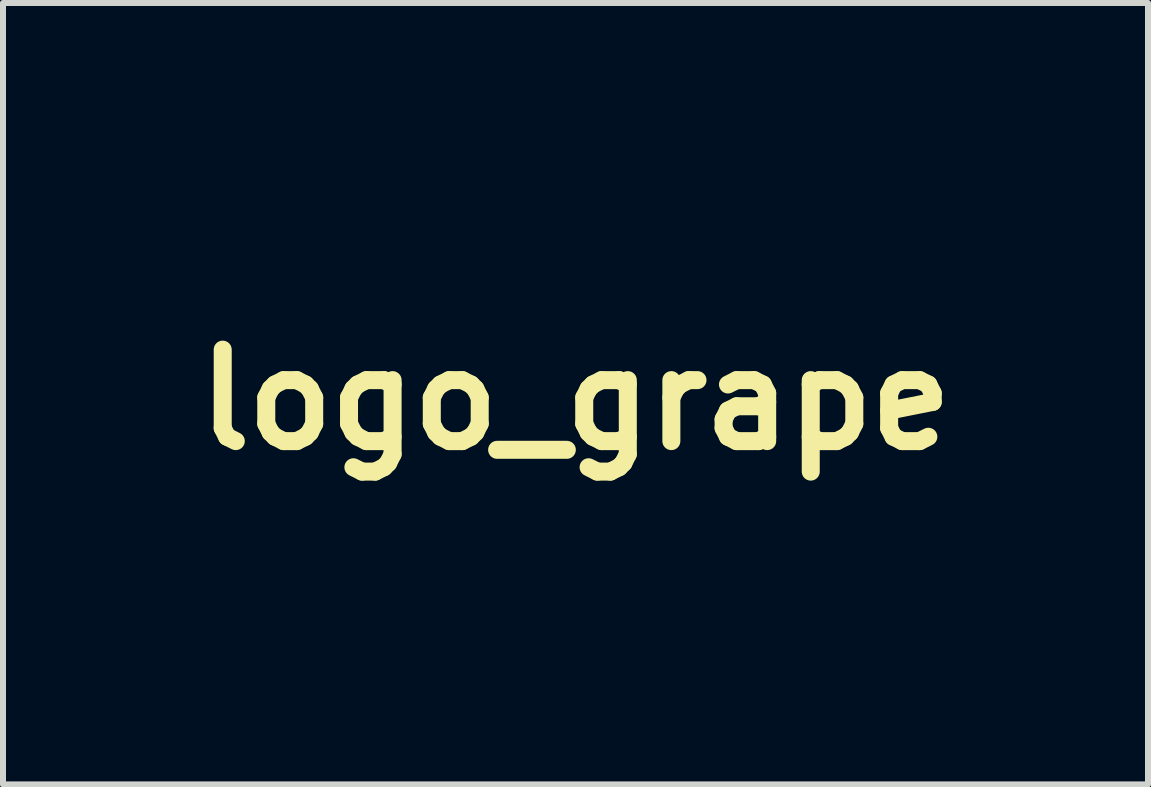
<source format=kicad_pcb>
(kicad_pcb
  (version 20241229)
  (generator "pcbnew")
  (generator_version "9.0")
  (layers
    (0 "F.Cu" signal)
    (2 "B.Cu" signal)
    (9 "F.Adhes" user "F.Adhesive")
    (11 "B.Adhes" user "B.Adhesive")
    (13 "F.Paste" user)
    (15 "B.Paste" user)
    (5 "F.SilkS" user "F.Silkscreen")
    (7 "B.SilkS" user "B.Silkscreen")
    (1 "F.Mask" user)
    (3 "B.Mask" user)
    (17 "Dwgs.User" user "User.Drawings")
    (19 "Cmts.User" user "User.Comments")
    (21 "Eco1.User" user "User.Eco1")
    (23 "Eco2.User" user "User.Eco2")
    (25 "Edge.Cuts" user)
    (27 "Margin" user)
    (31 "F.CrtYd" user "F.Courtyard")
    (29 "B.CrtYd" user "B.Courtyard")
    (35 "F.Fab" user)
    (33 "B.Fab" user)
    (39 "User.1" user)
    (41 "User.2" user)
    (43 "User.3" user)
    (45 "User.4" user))
  (footprint "logo_grape"
    (layer "F.Cu")
    (at 6.539 3.61)
    (property "Reference" "logo_grape" (at 0 0 0) (layer "F.SilkS") (effects (font (size 1.524 1.524) (thickness 0.3))))
    (attr through_hole)
    (fp_poly (pts (xy 4.801 3.124) (xy 4.521 3.124) (xy 4.521 2.845) (xy 4.801 2.845) (xy 4.801 3.124)) (stroke (width 0.01) (type solid)) (fill yes) (layer "F.Mask"))
    (fp_poly (pts (xy 1.041 2.267) (xy 1.04 2.348) (xy 1.031 2.391) (xy 1.006 2.411) (xy 0.958 2.423) (xy 0.957 2.423) (xy 0.878 2.454) (xy 0.811 2.504) (xy 0.783 2.538) (xy 0.765 2.576) (xy 0.753 2.63) (xy 0.746 2.712) (xy 0.741 2.832) (xy 0.741 2.847) (xy 0.732 3.124) (xy 0.457 3.124) (xy 0.457 2.159) (xy 0.597 2.159) (xy 0.677 2.16) (xy 0.718 2.169) (xy 0.734 2.191) (xy 0.737 2.234) (xy 0.737 2.236) (xy 0.737 2.312) (xy 0.806 2.236) (xy 0.873 2.181) (xy 0.947 2.146) (xy 0.959 2.143) (xy 1.041 2.127) (xy 1.041 2.267)) (stroke (width 0.01) (type solid)) (fill yes) (layer "F.Mask"))
    (fp_poly (pts (xy -1.745 -3.601) (xy -1.669 -3.55) (xy -1.6 -3.474) (xy -1.435 -3.234) (xy -1.308 -2.979) (xy -1.219 -2.715) (xy -1.169 -2.449) (xy -1.16 -2.187) (xy -1.191 -1.935) (xy -1.264 -1.699) (xy -1.336 -1.556) (xy -1.43 -1.415) (xy -1.519 -1.321) (xy -1.602 -1.274) (xy -1.677 -1.275) (xy -1.736 -1.316) (xy -1.773 -1.381) (xy -1.767 -1.454) (xy -1.717 -1.542) (xy -1.699 -1.565) (xy -1.57 -1.766) (xy -1.486 -1.989) (xy -1.449 -2.225) (xy -1.448 -2.283) (xy -1.466 -2.461) (xy -1.515 -2.66) (xy -1.591 -2.865) (xy -1.689 -3.062) (xy -1.802 -3.239) (xy -1.827 -3.271) (xy -1.898 -3.376) (xy -1.927 -3.461) (xy -1.914 -3.528) (xy -1.884 -3.565) (xy -1.815 -3.605) (xy -1.745 -3.601)) (stroke (width 0.01) (type solid)) (fill yes) (layer "F.Mask"))
    (fp_poly (pts (xy 0.193 -3.22) (xy 0.29 -3.205) (xy 0.405 -3.184) (xy 0.527 -3.158) (xy 0.645 -3.13) (xy 0.747 -3.103) (xy 0.822 -3.08) (xy 0.857 -3.063) (xy 0.858 -3.032) (xy 0.846 -2.963) (xy 0.823 -2.866) (xy 0.792 -2.752) (xy 0.757 -2.629) (xy 0.72 -2.509) (xy 0.685 -2.402) (xy 0.652 -2.317) (xy 0.639 -2.287) (xy 0.527 -2.111) (xy 0.375 -1.953) (xy 0.194 -1.821) (xy -0.008 -1.724) (xy -0.115 -1.69) (xy -0.256 -1.662) (xy -0.398 -1.655) (xy -0.554 -1.668) (xy -0.736 -1.704) (xy -0.837 -1.729) (xy -0.952 -1.76) (xy -1.047 -1.787) (xy -1.114 -1.807) (xy -1.141 -1.818) (xy -1.142 -1.849) (xy -1.13 -1.918) (xy -1.107 -2.015) (xy -1.077 -2.128) (xy -1.043 -2.249) (xy -1.006 -2.366) (xy -0.971 -2.47) (xy -0.939 -2.549) (xy -0.936 -2.558) (xy -0.817 -2.755) (xy -0.66 -2.923) (xy -0.473 -3.059) (xy -0.264 -3.157) (xy -0.038 -3.214) (xy 0.127 -3.226) (xy 0.193 -3.22)) (stroke (width 0.01) (type solid)) (fill yes) (layer "F.Mask"))
    (fp_poly (pts (xy 2.962 2.172) (xy 3.074 2.242) (xy 3.164 2.347) (xy 3.174 2.364) (xy 3.225 2.503) (xy 3.239 2.66) (xy 3.217 2.815) (xy 3.174 2.921) (xy 3.09 3.028) (xy 2.982 3.102) (xy 2.859 3.139) (xy 2.733 3.138) (xy 2.615 3.094) (xy 2.588 3.075) (xy 2.515 3.021) (xy 2.515 3.404) (xy 2.235 3.404) (xy 2.235 2.676) (xy 2.509 2.676) (xy 2.536 2.766) (xy 2.585 2.843) (xy 2.652 2.898) (xy 2.733 2.922) (xy 2.824 2.905) (xy 2.846 2.895) (xy 2.904 2.84) (xy 2.949 2.755) (xy 2.971 2.66) (xy 2.972 2.642) (xy 2.953 2.529) (xy 2.903 2.441) (xy 2.831 2.385) (xy 2.744 2.364) (xy 2.653 2.385) (xy 2.608 2.414) (xy 2.541 2.491) (xy 2.51 2.582) (xy 2.509 2.676) (xy 2.235 2.676) (xy 2.235 2.159) (xy 2.375 2.159) (xy 2.455 2.161) (xy 2.497 2.17) (xy 2.513 2.192) (xy 2.515 2.212) (xy 2.517 2.244) (xy 2.531 2.249) (xy 2.57 2.224) (xy 2.593 2.208) (xy 2.711 2.153) (xy 2.837 2.142) (xy 2.962 2.172)) (stroke (width 0.01) (type solid)) (fill yes) (layer "F.Mask"))
    (fp_poly (pts (xy 4.011 2.166) (xy 4.13 2.233) (xy 4.222 2.334) (xy 4.282 2.466) (xy 4.302 2.603) (xy 4.305 2.731) (xy 3.981 2.738) (xy 3.86 2.742) (xy 3.759 2.749) (xy 3.689 2.757) (xy 3.658 2.767) (xy 3.658 2.768) (xy 3.673 2.801) (xy 3.71 2.852) (xy 3.716 2.86) (xy 3.772 2.908) (xy 3.841 2.926) (xy 3.881 2.928) (xy 3.966 2.917) (xy 4.04 2.892) (xy 4.051 2.885) (xy 4.097 2.859) (xy 4.133 2.861) (xy 4.18 2.892) (xy 4.191 2.901) (xy 4.239 2.943) (xy 4.265 2.973) (xy 4.266 2.976) (xy 4.246 3.006) (xy 4.193 3.045) (xy 4.121 3.085) (xy 4.043 3.116) (xy 4.026 3.121) (xy 3.904 3.145) (xy 3.797 3.14) (xy 3.7 3.113) (xy 3.572 3.044) (xy 3.477 2.945) (xy 3.415 2.827) (xy 3.385 2.696) (xy 3.387 2.561) (xy 3.398 2.519) (xy 3.658 2.519) (xy 3.663 2.542) (xy 3.686 2.556) (xy 3.737 2.563) (xy 3.826 2.565) (xy 3.859 2.565) (xy 4.061 2.565) (xy 4.035 2.488) (xy 3.992 2.421) (xy 3.926 2.371) (xy 3.855 2.349) (xy 3.818 2.353) (xy 3.751 2.391) (xy 3.693 2.446) (xy 3.66 2.502) (xy 3.658 2.519) (xy 3.398 2.519) (xy 3.421 2.432) (xy 3.487 2.316) (xy 3.585 2.223) (xy 3.714 2.161) (xy 3.724 2.158) (xy 3.874 2.139) (xy 4.011 2.166)) (stroke (width 0.01) (type solid)) (fill yes) (layer "F.Mask"))
    (fp_poly (pts (xy 1.653 2.175) (xy 1.728 2.183) (xy 1.782 2.2) (xy 1.821 2.224) (xy 1.881 2.277) (xy 1.925 2.337) (xy 1.954 2.414) (xy 1.971 2.517) (xy 1.98 2.655) (xy 1.981 2.788) (xy 1.981 3.124) (xy 1.854 3.124) (xy 1.776 3.121) (xy 1.737 3.107) (xy 1.727 3.083) (xy 1.723 3.057) (xy 1.701 3.061) (xy 1.663 3.085) (xy 1.569 3.123) (xy 1.453 3.14) (xy 1.339 3.132) (xy 1.278 3.114) (xy 1.193 3.051) (xy 1.14 2.963) (xy 1.12 2.861) (xy 1.124 2.823) (xy 1.376 2.823) (xy 1.389 2.892) (xy 1.437 2.939) (xy 1.507 2.961) (xy 1.587 2.955) (xy 1.665 2.917) (xy 1.682 2.903) (xy 1.719 2.84) (xy 1.722 2.795) (xy 1.694 2.739) (xy 1.637 2.707) (xy 1.563 2.698) (xy 1.486 2.711) (xy 1.421 2.746) (xy 1.382 2.8) (xy 1.376 2.823) (xy 1.124 2.823) (xy 1.131 2.758) (xy 1.175 2.667) (xy 1.251 2.6) (xy 1.275 2.588) (xy 1.351 2.569) (xy 1.457 2.558) (xy 1.543 2.556) (xy 1.648 2.555) (xy 1.707 2.544) (xy 1.726 2.52) (xy 1.711 2.479) (xy 1.691 2.45) (xy 1.655 2.418) (xy 1.595 2.403) (xy 1.52 2.4) (xy 1.428 2.404) (xy 1.347 2.413) (xy 1.317 2.419) (xy 1.274 2.427) (xy 1.249 2.41) (xy 1.23 2.357) (xy 1.225 2.335) (xy 1.21 2.269) (xy 1.216 2.234) (xy 1.247 2.212) (xy 1.266 2.204) (xy 1.323 2.191) (xy 1.414 2.18) (xy 1.52 2.174) (xy 1.541 2.174) (xy 1.653 2.175)) (stroke (width 0.01) (type solid)) (fill yes) (layer "F.Mask"))
    (fp_poly (pts (xy -0.271 2.147) (xy -0.147 2.197) (xy -0.129 2.208) (xy -0.078 2.243) (xy -0.056 2.249) (xy -0.051 2.227) (xy -0.051 2.212) (xy -0.045 2.181) (xy -0.02 2.165) (xy 0.036 2.16) (xy 0.089 2.159) (xy 0.229 2.159) (xy 0.227 2.546) (xy 0.225 2.755) (xy 0.216 2.919) (xy 0.2 3.047) (xy 0.174 3.145) (xy 0.137 3.219) (xy 0.087 3.277) (xy 0.021 3.325) (xy 0.005 3.335) (xy -0.081 3.367) (xy -0.2 3.387) (xy -0.334 3.393) (xy -0.465 3.385) (xy -0.547 3.37) (xy -0.644 3.343) (xy -0.7 3.32) (xy -0.72 3.293) (xy -0.712 3.254) (xy -0.695 3.218) (xy -0.666 3.163) (xy -0.649 3.132) (xy -0.648 3.13) (xy -0.623 3.132) (xy -0.562 3.145) (xy -0.487 3.163) (xy -0.341 3.185) (xy -0.22 3.174) (xy -0.127 3.13) (xy -0.069 3.057) (xy -0.051 2.964) (xy -0.053 2.916) (xy -0.068 2.911) (xy -0.094 2.935) (xy -0.173 2.99) (xy -0.274 3.031) (xy -0.371 3.048) (xy -0.372 3.048) (xy -0.475 3.028) (xy -0.583 2.975) (xy -0.675 2.901) (xy -0.717 2.849) (xy -0.753 2.776) (xy -0.77 2.692) (xy -0.775 2.591) (xy -0.508 2.591) (xy -0.487 2.695) (xy -0.433 2.771) (xy -0.354 2.813) (xy -0.261 2.817) (xy -0.164 2.779) (xy -0.129 2.754) (xy -0.067 2.675) (xy -0.048 2.586) (xy -0.066 2.5) (xy -0.118 2.426) (xy -0.198 2.377) (xy -0.284 2.362) (xy -0.39 2.383) (xy -0.464 2.443) (xy -0.503 2.536) (xy -0.508 2.591) (xy -0.775 2.591) (xy -0.759 2.438) (xy -0.71 2.32) (xy -0.623 2.231) (xy -0.543 2.183) (xy -0.407 2.142) (xy -0.271 2.147)) (stroke (width 0.01) (type solid)) (fill yes) (layer "F.Mask"))
    (fp_poly (pts (xy -1.232 0.983) (xy -1.081 1.045) (xy -0.946 1.139) (xy -0.835 1.261) (xy -0.754 1.41) (xy -0.709 1.584) (xy -0.702 1.689) (xy -0.724 1.887) (xy -0.791 2.061) (xy -0.903 2.212) (xy -1.06 2.338) (xy -1.089 2.356) (xy -1.168 2.395) (xy -1.256 2.418) (xy -1.371 2.431) (xy -1.401 2.433) (xy -1.507 2.438) (xy -1.584 2.433) (xy -1.651 2.415) (xy -1.731 2.381) (xy -1.762 2.365) (xy -1.845 2.326) (xy -1.91 2.298) (xy -1.943 2.286) (xy -1.944 2.286) (xy -1.975 2.299) (xy -2.032 2.331) (xy -2.071 2.354) (xy -2.179 2.422) (xy -2.166 2.566) (xy -2.172 2.754) (xy -2.224 2.932) (xy -2.315 3.091) (xy -2.443 3.222) (xy -2.542 3.288) (xy -2.673 3.34) (xy -2.827 3.369) (xy -2.983 3.374) (xy -3.122 3.354) (xy -3.157 3.343) (xy -3.332 3.253) (xy -3.471 3.129) (xy -3.571 2.974) (xy -3.63 2.793) (xy -3.641 2.671) (xy -3.289 2.671) (xy -3.258 2.787) (xy -3.193 2.886) (xy -3.103 2.963) (xy -2.995 3.012) (xy -2.879 3.024) (xy -2.761 2.993) (xy -2.748 2.987) (xy -2.635 2.904) (xy -2.561 2.799) (xy -2.528 2.682) (xy -2.534 2.563) (xy -2.581 2.45) (xy -2.667 2.353) (xy -2.759 2.296) (xy -2.88 2.264) (xy -3.003 2.276) (xy -3.117 2.327) (xy -3.21 2.411) (xy -3.272 2.524) (xy -3.279 2.547) (xy -3.289 2.671) (xy -3.641 2.671) (xy -3.645 2.629) (xy -3.622 2.437) (xy -3.556 2.267) (xy -3.451 2.123) (xy -3.314 2.01) (xy -3.148 1.934) (xy -2.958 1.899) (xy -2.904 1.897) (xy -2.786 1.902) (xy -2.694 1.919) (xy -2.603 1.956) (xy -2.588 1.963) (xy -2.454 2.029) (xy -2.186 1.867) (xy -2.185 1.725) (xy -2.183 1.702) (xy -1.826 1.702) (xy -1.803 1.821) (xy -1.771 1.882) (xy -1.671 1.994) (xy -1.554 2.061) (xy -1.426 2.08) (xy -1.291 2.05) (xy -1.286 2.048) (xy -1.178 1.978) (xy -1.104 1.88) (xy -1.066 1.764) (xy -1.067 1.641) (xy -1.108 1.521) (xy -1.183 1.42) (xy -1.244 1.369) (xy -1.306 1.342) (xy -1.391 1.328) (xy -1.416 1.327) (xy -1.51 1.324) (xy -1.576 1.336) (xy -1.637 1.368) (xy -1.648 1.376) (xy -1.746 1.469) (xy -1.806 1.581) (xy -1.826 1.702) (xy -2.183 1.702) (xy -2.164 1.529) (xy -2.103 1.354) (xy -2.018 1.224) (xy -1.878 1.095) (xy -1.724 1.009) (xy -1.56 0.963) (xy -1.394 0.955) (xy -1.232 0.983)) (stroke (width 0.01) (type solid)) (fill yes) (layer "F.Mask"))
    (fp_poly (pts (xy -3.883 -1.068) (xy -3.728 -0.987) (xy -3.593 -0.872) (xy -3.486 -0.729) (xy -3.415 -0.565) (xy -3.401 -0.506) (xy -3.371 -0.355) (xy -2.793 -0.173) (xy -2.689 -0.267) (xy -2.54 -0.378) (xy -2.384 -0.443) (xy -2.208 -0.468) (xy -2.172 -0.469) (xy -1.978 -0.445) (xy -1.805 -0.378) (xy -1.659 -0.272) (xy -1.544 -0.132) (xy -1.465 0.037) (xy -1.431 0.2) (xy -1.433 0.382) (xy -1.478 0.546) (xy -1.57 0.699) (xy -1.652 0.791) (xy -1.8 0.913) (xy -1.958 0.986) (xy -2.134 1.015) (xy -2.172 1.016) (xy -2.353 0.992) (xy -2.522 0.924) (xy -2.67 0.818) (xy -2.79 0.682) (xy -2.875 0.521) (xy -2.91 0.387) (xy -2.926 0.289) (xy -3.079 0.242) (xy -2.555 0.242) (xy -2.545 0.357) (xy -2.488 0.476) (xy -2.482 0.486) (xy -2.388 0.585) (xy -2.271 0.642) (xy -2.142 0.655) (xy -2.024 0.626) (xy -1.921 0.559) (xy -1.84 0.46) (xy -1.793 0.348) (xy -1.792 0.342) (xy -1.795 0.232) (xy -1.838 0.119) (xy -1.912 0.019) (xy -1.994 -0.044) (xy -2.126 -0.094) (xy -2.254 -0.097) (xy -2.37 -0.055) (xy -2.465 0.028) (xy -2.519 0.118) (xy -2.555 0.242) (xy -3.079 0.242) (xy -3.232 0.194) (xy -3.538 0.099) (xy -3.608 0.166) (xy -3.678 0.234) (xy -3.634 0.363) (xy -3.608 0.435) (xy -3.581 0.477) (xy -3.537 0.501) (xy -3.463 0.521) (xy -3.441 0.526) (xy -3.254 0.592) (xy -3.097 0.695) (xy -2.974 0.831) (xy -2.89 0.994) (xy -2.849 1.179) (xy -2.845 1.256) (xy -2.868 1.438) (xy -2.933 1.602) (xy -3.033 1.744) (xy -3.162 1.86) (xy -3.313 1.944) (xy -3.479 1.992) (xy -3.654 1.999) (xy -3.827 1.961) (xy -4.005 1.873) (xy -4.149 1.749) (xy -4.254 1.593) (xy -4.318 1.409) (xy -4.32 1.402) (xy -4.33 1.26) (xy -3.971 1.26) (xy -3.949 1.383) (xy -3.89 1.488) (xy -3.802 1.57) (xy -3.696 1.624) (xy -3.581 1.644) (xy -3.466 1.626) (xy -3.382 1.581) (xy -3.282 1.486) (xy -3.228 1.381) (xy -3.213 1.27) (xy -3.234 1.145) (xy -3.292 1.043) (xy -3.376 0.964) (xy -3.48 0.912) (xy -3.592 0.889) (xy -3.705 0.898) (xy -3.809 0.941) (xy -3.895 1.021) (xy -3.927 1.072) (xy -3.956 1.155) (xy -3.97 1.248) (xy -3.971 1.26) (xy -4.33 1.26) (xy -4.332 1.227) (xy -4.302 1.049) (xy -4.234 0.882) (xy -4.133 0.741) (xy -4.107 0.715) (xy -4.043 0.656) (xy -4.088 0.525) (xy -4.116 0.449) (xy -4.145 0.407) (xy -4.187 0.387) (xy -4.237 0.376) (xy -4.428 0.32) (xy -4.591 0.226) (xy -4.721 0.096) (xy -4.813 -0.062) (xy -4.864 -0.246) (xy -4.871 -0.308) (xy -4.87 -0.32) (xy -4.518 -0.32) (xy -4.479 -0.203) (xy -4.426 -0.124) (xy -4.319 -0.031) (xy -4.197 0.016) (xy -4.068 0.016) (xy -3.963 -0.019) (xy -3.858 -0.097) (xy -3.791 -0.198) (xy -3.76 -0.314) (xy -3.766 -0.433) (xy -3.81 -0.545) (xy -3.891 -0.639) (xy -3.96 -0.685) (xy -4.09 -0.728) (xy -4.212 -0.728) (xy -4.321 -0.692) (xy -4.411 -0.626) (xy -4.478 -0.538) (xy -4.516 -0.434) (xy -4.518 -0.32) (xy -4.87 -0.32) (xy -4.861 -0.501) (xy -4.807 -0.678) (xy -4.711 -0.832) (xy -4.58 -0.959) (xy -4.417 -1.052) (xy -4.227 -1.106) (xy -4.224 -1.107) (xy -4.051 -1.11) (xy -3.883 -1.068)) (stroke (width 0.01) (type solid)) (fill yes) (layer "F.Mask"))
    (fp_poly (pts (xy -2.579 -1.959) (xy -2.407 -1.893) (xy -2.264 -1.786) (xy -2.151 -1.64) (xy -2.071 -1.457) (xy -2.056 -1.404) (xy -2.014 -1.239) (xy -1.731 -1.148) (xy -1.447 -1.057) (xy -1.365 -1.136) (xy -1.216 -1.246) (xy -1.052 -1.312) (xy -0.882 -1.337) (xy -0.713 -1.323) (xy -0.551 -1.271) (xy -0.404 -1.185) (xy -0.279 -1.066) (xy -0.184 -0.916) (xy -0.126 -0.745) (xy -0.112 -0.557) (xy -0.148 -0.371) (xy -0.23 -0.193) (xy -0.231 -0.192) (xy -0.308 -0.067) (xy -0.265 0.03) (xy -0.235 0.089) (xy -0.202 0.117) (xy -0.149 0.126) (xy -0.099 0.127) (xy 0.077 0.151) (xy 0.245 0.22) (xy 0.395 0.325) (xy 0.516 0.462) (xy 0.562 0.539) (xy 0.609 0.676) (xy 0.631 0.837) (xy 0.624 0.999) (xy 0.598 1.113) (xy 0.535 1.244) (xy 0.438 1.371) (xy 0.321 1.48) (xy 0.214 1.548) (xy 0.051 1.6) (xy -0.125 1.617) (xy -0.295 1.596) (xy -0.35 1.579) (xy -0.522 1.493) (xy -0.66 1.374) (xy -0.763 1.229) (xy -0.828 1.065) (xy -0.853 0.89) (xy -0.848 0.837) (xy -0.489 0.837) (xy -0.48 0.962) (xy -0.433 1.067) (xy -0.349 1.16) (xy -0.241 1.23) (xy -0.123 1.266) (xy -0.101 1.268) (xy -0.056 1.258) (xy 0.013 1.231) (xy 0.05 1.213) (xy 0.165 1.136) (xy 0.236 1.04) (xy 0.27 0.916) (xy 0.273 0.897) (xy 0.274 0.807) (xy 0.254 0.738) (xy 0.225 0.688) (xy 0.123 0.573) (xy 0.009 0.507) (xy -0.115 0.49) (xy -0.249 0.523) (xy -0.261 0.528) (xy -0.378 0.605) (xy -0.455 0.71) (xy -0.489 0.837) (xy -0.848 0.837) (xy -0.835 0.71) (xy -0.771 0.534) (xy -0.733 0.469) (xy -0.656 0.347) (xy -0.7 0.25) (xy -0.73 0.191) (xy -0.763 0.162) (xy -0.816 0.153) (xy -0.867 0.152) (xy -1.044 0.129) (xy -1.209 0.062) (xy -1.354 -0.041) (xy -1.472 -0.173) (xy -1.554 -0.328) (xy -1.592 -0.481) (xy -1.6 -0.55) (xy -1.238 -0.55) (xy -1.2 -0.428) (xy -1.15 -0.353) (xy -1.042 -0.259) (xy -0.922 -0.212) (xy -0.793 -0.215) (xy -0.685 -0.254) (xy -0.576 -0.335) (xy -0.506 -0.441) (xy -0.476 -0.56) (xy -0.488 -0.685) (xy -0.545 -0.803) (xy -0.587 -0.854) (xy -0.699 -0.94) (xy -0.821 -0.977) (xy -0.949 -0.963) (xy -0.981 -0.953) (xy -1.102 -0.883) (xy -1.187 -0.787) (xy -1.233 -0.673) (xy -1.238 -0.55) (xy -1.6 -0.55) (xy -1.606 -0.602) (xy -1.898 -0.695) (xy -2.189 -0.789) (xy -2.238 -0.726) (xy -2.286 -0.683) (xy -2.363 -0.63) (xy -2.443 -0.586) (xy -2.623 -0.522) (xy -2.804 -0.504) (xy -2.98 -0.53) (xy -3.143 -0.596) (xy -3.287 -0.698) (xy -3.403 -0.835) (xy -3.485 -1.003) (xy -3.496 -1.038) (xy -3.524 -1.219) (xy -3.523 -1.231) (xy -3.168 -1.231) (xy -3.142 -1.116) (xy -3.081 -1.015) (xy -2.994 -0.934) (xy -2.888 -0.881) (xy -2.771 -0.863) (xy -2.652 -0.885) (xy -2.618 -0.901) (xy -2.524 -0.97) (xy -2.447 -1.066) (xy -2.402 -1.168) (xy -2.399 -1.18) (xy -2.4 -1.306) (xy -2.45 -1.429) (xy -2.529 -1.526) (xy -2.583 -1.574) (xy -2.631 -1.6) (xy -2.693 -1.611) (xy -2.781 -1.613) (xy -2.873 -1.611) (xy -2.934 -1.599) (xy -2.982 -1.572) (xy -3.033 -1.526) (xy -3.094 -1.454) (xy -3.141 -1.378) (xy -3.152 -1.353) (xy -3.168 -1.231) (xy -3.523 -1.231) (xy -3.508 -1.401) (xy -3.449 -1.573) (xy -3.353 -1.725) (xy -3.242 -1.831) (xy -3.112 -1.914) (xy -2.98 -1.962) (xy -2.827 -1.98) (xy -2.776 -1.981) (xy -2.579 -1.959)) (stroke (width 0.01) (type solid)) (fill yes) (layer "F.Mask")))
  (gr_rect
    (start -3 -3)
    (end 16.077 10.019)
    (stroke (width 0.1) (type default))
    (fill no)
    (layer "Edge.Cuts")))
</source>
